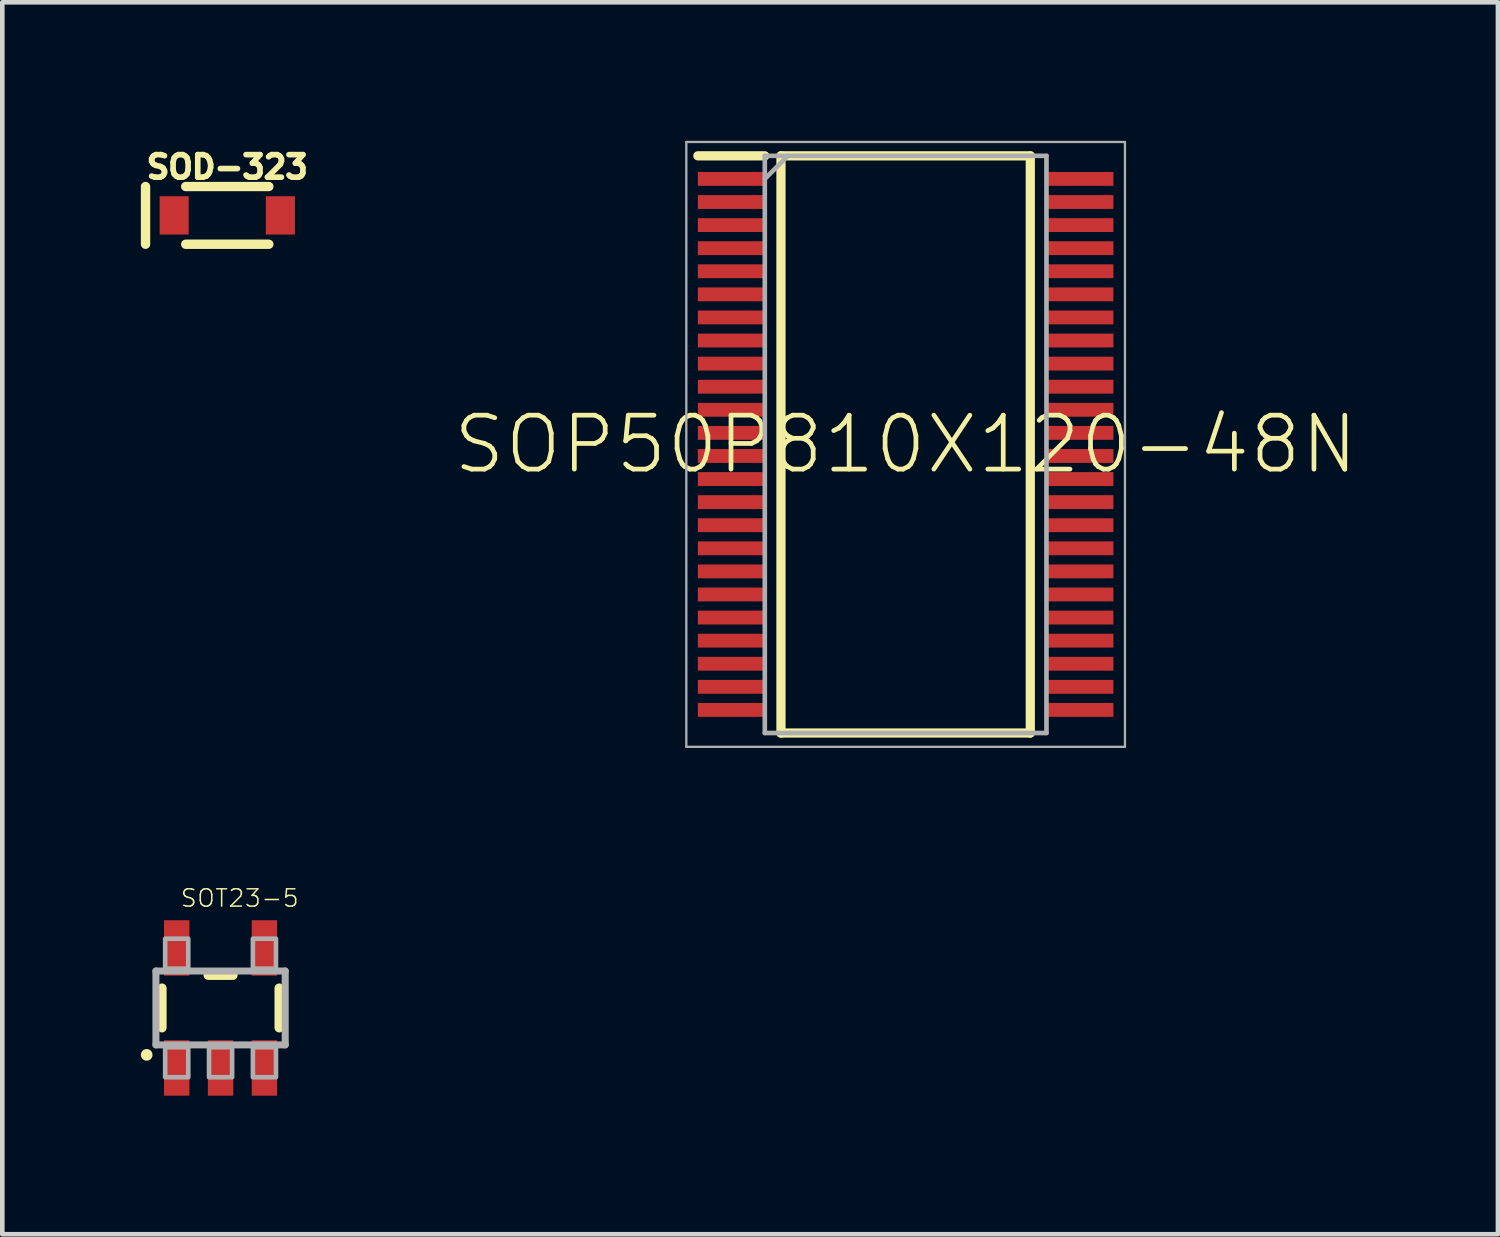
<source format=kicad_pcb>
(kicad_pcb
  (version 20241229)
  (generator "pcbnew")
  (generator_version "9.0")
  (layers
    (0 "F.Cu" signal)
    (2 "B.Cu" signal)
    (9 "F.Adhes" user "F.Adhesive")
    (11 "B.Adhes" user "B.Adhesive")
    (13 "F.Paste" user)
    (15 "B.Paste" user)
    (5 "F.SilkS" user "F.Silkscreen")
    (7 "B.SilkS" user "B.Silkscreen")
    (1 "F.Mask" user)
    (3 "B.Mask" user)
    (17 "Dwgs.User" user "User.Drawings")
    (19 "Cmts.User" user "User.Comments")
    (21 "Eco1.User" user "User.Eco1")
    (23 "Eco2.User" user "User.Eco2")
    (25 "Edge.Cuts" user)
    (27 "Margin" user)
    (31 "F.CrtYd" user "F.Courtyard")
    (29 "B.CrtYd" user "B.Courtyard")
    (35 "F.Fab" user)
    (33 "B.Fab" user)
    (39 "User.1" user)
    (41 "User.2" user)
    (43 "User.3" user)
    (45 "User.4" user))
  (footprint "SOD-323"
    (layer "F.Cu")
    (at 1.872 1.615)
    (property "Reference" "SOD-323" (at 0 -0.762 0) (unlocked yes) (layer "F.SilkS") (effects (font (size 0.488 0.488) (thickness 0.122)) (justify bottom)))
    (fp_line (start -1.77 -0.625) (end -1.77 0.625) (stroke (width 0.203) (type solid)) (layer "F.SilkS"))
    (fp_line (start -0.9 -0.625) (end 0.9 -0.625) (stroke (width 0.203) (type solid)) (layer "F.SilkS"))
    (fp_line (start -0.9 0.625) (end 0.9 0.625) (stroke (width 0.203) (type solid)) (layer "F.SilkS"))
    (pad "A" smd rect (at 1.15 0) (size 0.63 0.83) (layers "F.Cu" "F.Mask" "F.Paste"))
    (pad "C" smd rect (at -1.15 0) (size 0.63 0.83) (layers "F.Cu" "F.Mask" "F.Paste")))
  (footprint "SOT23-5"
    (layer "F.Cu")
    (at 1.727 18.78)
    (property "Reference" "SOT23-5" (at -0.889 -2.159 0) (unlocked yes) (layer "F.SilkS") (effects (font (size 0.374 0.374) (thickness 0.033)) (justify left bottom)))
    (fp_line (start -1.27 0.429) (end -1.27 -0.429) (stroke (width 0.203) (type solid)) (layer "F.SilkS"))
    (fp_line (start -0.268 -0.709) (end 0.268 -0.709) (stroke (width 0.203) (type solid)) (layer "F.SilkS"))
    (fp_line (start 1.27 -0.429) (end 1.27 0.429) (stroke (width 0.203) (type solid)) (layer "F.SilkS"))
    (fp_circle (center -1.6 1.016) (end -1.537 1.016) (stroke (width 0.127) (type solid)) (fill yes) (layer "F.SilkS"))
    (fp_line (start -1.4 -0.8) (end -1.4 0.8) (stroke (width 0.152) (type solid)) (layer "F.Fab"))
    (fp_line (start -1.4 -0.8) (end 1.4 -0.8) (stroke (width 0.152) (type solid)) (layer "F.Fab"))
    (fp_line (start 1.4 -0.8) (end 1.4 0.8) (stroke (width 0.152) (type solid)) (layer "F.Fab"))
    (fp_line (start 1.4 0.8) (end -1.4 0.8) (stroke (width 0.152) (type solid)) (layer "F.Fab"))
    (fp_poly (pts (xy -1.2 -0.85) (xy -0.7 -0.85) (xy -0.7 -1.5) (xy -1.2 -1.5)) (stroke (width 0.1) (type default)) (fill no) (layer "F.Fab"))
    (fp_poly (pts (xy -1.2 1.5) (xy -0.7 1.5) (xy -0.7 0.85) (xy -1.2 0.85)) (stroke (width 0.1) (type default)) (fill no) (layer "F.Fab"))
    (fp_poly (pts (xy -0.25 1.5) (xy 0.25 1.5) (xy 0.25 0.85) (xy -0.25 0.85)) (stroke (width 0.1) (type default)) (fill no) (layer "F.Fab"))
    (fp_poly (pts (xy 0.7 -0.85) (xy 1.2 -0.85) (xy 1.2 -1.5) (xy 0.7 -1.5)) (stroke (width 0.1) (type default)) (fill no) (layer "F.Fab"))
    (fp_poly (pts (xy 0.7 1.5) (xy 1.2 1.5) (xy 1.2 0.85) (xy 0.7 0.85)) (stroke (width 0.1) (type default)) (fill no) (layer "F.Fab"))
    (pad "1" smd rect (at -0.95 1.3) (size 0.55 1.2) (layers "F.Cu" "F.Mask" "F.Paste"))
    (pad "2" smd rect (at 0 1.3) (size 0.55 1.2) (layers "F.Cu" "F.Mask" "F.Paste"))
    (pad "3" smd rect (at 0.95 1.3) (size 0.55 1.2) (layers "F.Cu" "F.Mask" "F.Paste"))
    (pad "4" smd rect (at 0.95 -1.3) (size 0.55 1.2) (layers "F.Cu" "F.Mask" "F.Paste"))
    (pad "5" smd rect (at -0.95 -1.3) (size 0.55 1.2) (layers "F.Cu" "F.Mask" "F.Paste")))
  (footprint "SOP50P810X120-48N"
    (layer "F.Cu")
    (at 16.564 6.575)
    (property "Reference" "SOP50P810X120-48N" (at 0 0 0) (unlocked yes) (layer "F.SilkS") (effects (font (size 1.168 1.168) (thickness 0.102))))
    (fp_line (start -4.5 -6.25) (end -3.05 -6.25) (stroke (width 0.2) (type solid)) (layer "F.SilkS"))
    (fp_line (start -2.7 -6.25) (end 2.7 -6.25) (stroke (width 0.2) (type solid)) (layer "F.SilkS"))
    (fp_line (start -2.7 6.25) (end -2.7 -6.25) (stroke (width 0.2) (type solid)) (layer "F.SilkS"))
    (fp_line (start 2.7 -6.25) (end 2.7 6.25) (stroke (width 0.2) (type solid)) (layer "F.SilkS"))
    (fp_line (start 2.7 6.25) (end -2.7 6.25) (stroke (width 0.2) (type solid)) (layer "F.SilkS"))
    (fp_line (start -4.75 -6.55) (end 4.75 -6.55) (stroke (width 0.05) (type solid)) (layer "F.Fab"))
    (fp_line (start -4.75 6.55) (end -4.75 -6.55) (stroke (width 0.05) (type solid)) (layer "F.Fab"))
    (fp_line (start -3.05 -6.25) (end 3.05 -6.25) (stroke (width 0.1) (type solid)) (layer "F.Fab"))
    (fp_line (start -3.05 -5.75) (end -2.55 -6.25) (stroke (width 0.1) (type solid)) (layer "F.Fab"))
    (fp_line (start -3.05 6.25) (end -3.05 -6.25) (stroke (width 0.1) (type solid)) (layer "F.Fab"))
    (fp_line (start 3.05 -6.25) (end 3.05 6.25) (stroke (width 0.1) (type solid)) (layer "F.Fab"))
    (fp_line (start 3.05 6.25) (end -3.05 6.25) (stroke (width 0.1) (type solid)) (layer "F.Fab"))
    (fp_line (start 4.75 -6.55) (end 4.75 6.55) (stroke (width 0.05) (type solid)) (layer "F.Fab"))
    (fp_line (start 4.75 6.55) (end -4.75 6.55) (stroke (width 0.05) (type solid)) (layer "F.Fab"))
    (pad "1" smd rect (at -3.775 -5.75) (size 1.45 0.3) (layers "F.Cu" "F.Mask" "F.Paste"))
    (pad "2" smd rect (at -3.775 -5.25) (size 1.45 0.3) (layers "F.Cu" "F.Mask" "F.Paste"))
    (pad "3" smd rect (at -3.775 -4.75) (size 1.45 0.3) (layers "F.Cu" "F.Mask" "F.Paste"))
    (pad "4" smd rect (at -3.775 -4.25) (size 1.45 0.3) (layers "F.Cu" "F.Mask" "F.Paste"))
    (pad "5" smd rect (at -3.775 -3.75) (size 1.45 0.3) (layers "F.Cu" "F.Mask" "F.Paste"))
    (pad "6" smd rect (at -3.775 -3.25) (size 1.45 0.3) (layers "F.Cu" "F.Mask" "F.Paste"))
    (pad "7" smd rect (at -3.775 -2.75) (size 1.45 0.3) (layers "F.Cu" "F.Mask" "F.Paste"))
    (pad "8" smd rect (at -3.775 -2.25) (size 1.45 0.3) (layers "F.Cu" "F.Mask" "F.Paste"))
    (pad "9" smd rect (at -3.775 -1.75) (size 1.45 0.3) (layers "F.Cu" "F.Mask" "F.Paste"))
    (pad "10" smd rect (at -3.775 -1.25) (size 1.45 0.3) (layers "F.Cu" "F.Mask" "F.Paste"))
    (pad "11" smd rect (at -3.775 -0.75) (size 1.45 0.3) (layers "F.Cu" "F.Mask" "F.Paste"))
    (pad "12" smd rect (at -3.775 -0.25) (size 1.45 0.3) (layers "F.Cu" "F.Mask" "F.Paste"))
    (pad "13" smd rect (at -3.775 0.25) (size 1.45 0.3) (layers "F.Cu" "F.Mask" "F.Paste"))
    (pad "14" smd rect (at -3.775 0.75) (size 1.45 0.3) (layers "F.Cu" "F.Mask" "F.Paste"))
    (pad "15" smd rect (at -3.775 1.25) (size 1.45 0.3) (layers "F.Cu" "F.Mask" "F.Paste"))
    (pad "16" smd rect (at -3.775 1.75) (size 1.45 0.3) (layers "F.Cu" "F.Mask" "F.Paste"))
    (pad "17" smd rect (at -3.775 2.25) (size 1.45 0.3) (layers "F.Cu" "F.Mask" "F.Paste"))
    (pad "18" smd rect (at -3.775 2.75) (size 1.45 0.3) (layers "F.Cu" "F.Mask" "F.Paste"))
    (pad "19" smd rect (at -3.775 3.25) (size 1.45 0.3) (layers "F.Cu" "F.Mask" "F.Paste"))
    (pad "20" smd rect (at -3.775 3.75) (size 1.45 0.3) (layers "F.Cu" "F.Mask" "F.Paste"))
    (pad "21" smd rect (at -3.775 4.25) (size 1.45 0.3) (layers "F.Cu" "F.Mask" "F.Paste"))
    (pad "22" smd rect (at -3.775 4.75) (size 1.45 0.3) (layers "F.Cu" "F.Mask" "F.Paste"))
    (pad "23" smd rect (at -3.775 5.25) (size 1.45 0.3) (layers "F.Cu" "F.Mask" "F.Paste"))
    (pad "24" smd rect (at -3.775 5.75) (size 1.45 0.3) (layers "F.Cu" "F.Mask" "F.Paste"))
    (pad "25" smd rect (at 3.775 5.75) (size 1.45 0.3) (layers "F.Cu" "F.Mask" "F.Paste"))
    (pad "26" smd rect (at 3.775 5.25) (size 1.45 0.3) (layers "F.Cu" "F.Mask" "F.Paste"))
    (pad "27" smd rect (at 3.775 4.75) (size 1.45 0.3) (layers "F.Cu" "F.Mask" "F.Paste"))
    (pad "28" smd rect (at 3.775 4.25) (size 1.45 0.3) (layers "F.Cu" "F.Mask" "F.Paste"))
    (pad "29" smd rect (at 3.775 3.75) (size 1.45 0.3) (layers "F.Cu" "F.Mask" "F.Paste"))
    (pad "30" smd rect (at 3.775 3.25) (size 1.45 0.3) (layers "F.Cu" "F.Mask" "F.Paste"))
    (pad "31" smd rect (at 3.775 2.75) (size 1.45 0.3) (layers "F.Cu" "F.Mask" "F.Paste"))
    (pad "32" smd rect (at 3.775 2.25) (size 1.45 0.3) (layers "F.Cu" "F.Mask" "F.Paste"))
    (pad "33" smd rect (at 3.775 1.75) (size 1.45 0.3) (layers "F.Cu" "F.Mask" "F.Paste"))
    (pad "34" smd rect (at 3.775 1.25) (size 1.45 0.3) (layers "F.Cu" "F.Mask" "F.Paste"))
    (pad "35" smd rect (at 3.775 0.75) (size 1.45 0.3) (layers "F.Cu" "F.Mask" "F.Paste"))
    (pad "36" smd rect (at 3.775 0.25) (size 1.45 0.3) (layers "F.Cu" "F.Mask" "F.Paste"))
    (pad "37" smd rect (at 3.775 -0.25) (size 1.45 0.3) (layers "F.Cu" "F.Mask" "F.Paste"))
    (pad "38" smd rect (at 3.775 -0.75) (size 1.45 0.3) (layers "F.Cu" "F.Mask" "F.Paste"))
    (pad "39" smd rect (at 3.775 -1.25) (size 1.45 0.3) (layers "F.Cu" "F.Mask" "F.Paste"))
    (pad "40" smd rect (at 3.775 -1.75) (size 1.45 0.3) (layers "F.Cu" "F.Mask" "F.Paste"))
    (pad "41" smd rect (at 3.775 -2.25) (size 1.45 0.3) (layers "F.Cu" "F.Mask" "F.Paste"))
    (pad "42" smd rect (at 3.775 -2.75) (size 1.45 0.3) (layers "F.Cu" "F.Mask" "F.Paste"))
    (pad "43" smd rect (at 3.775 -3.25) (size 1.45 0.3) (layers "F.Cu" "F.Mask" "F.Paste"))
    (pad "44" smd rect (at 3.775 -3.75) (size 1.45 0.3) (layers "F.Cu" "F.Mask" "F.Paste"))
    (pad "45" smd rect (at 3.775 -4.25) (size 1.45 0.3) (layers "F.Cu" "F.Mask" "F.Paste"))
    (pad "46" smd rect (at 3.775 -4.75) (size 1.45 0.3) (layers "F.Cu" "F.Mask" "F.Paste"))
    (pad "47" smd rect (at 3.775 -5.25) (size 1.45 0.3) (layers "F.Cu" "F.Mask" "F.Paste"))
    (pad "48" smd rect (at 3.775 -5.75) (size 1.45 0.3) (layers "F.Cu" "F.Mask" "F.Paste")))
  (gr_rect
    (start -3 -3)
    (end 29.392 23.681)
    (stroke (width 0.1) (type default))
    (fill no)
    (layer "Edge.Cuts")))
</source>
